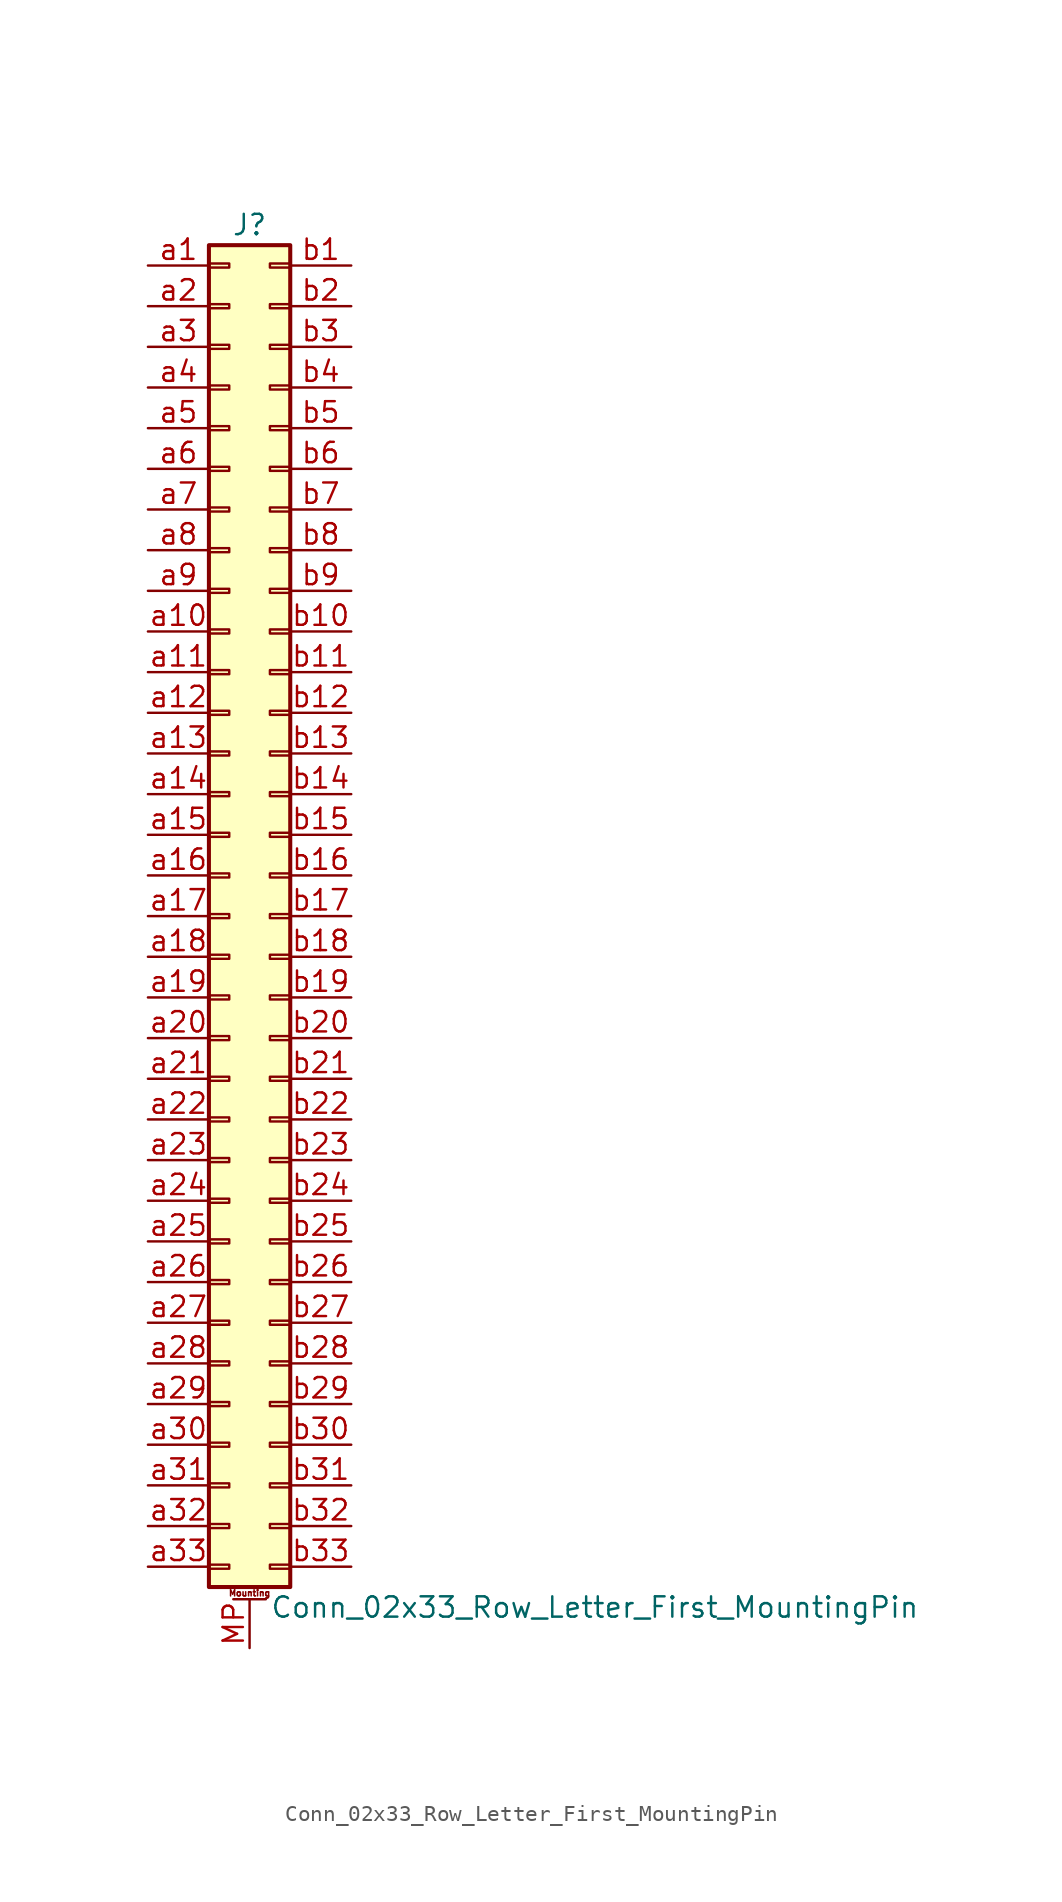
<source format=kicad_sym>
(kicad_symbol_lib
  (version 20220914)
  (generator kicad_symbol_editor)
  (symbol "Conn_02x33_Row_Letter_First_MountingPin"
    (pin_names
      (offset 1.016) hide)
    (property "Reference" "J"
      (at 1.27 43.18 0)
      (effects (font (size 1.27 1.27))))
    (property "Value" "Conn_02x33_Row_Letter_First_MountingPin"
      (at 2.54 -43.18 0)
      (effects (font (size 1.27 1.27)) (justify left)))
    (symbol "Conn_02x33_Row_Letter_First_MountingPin_1_1"
      (rectangle (start -1.27 -40.513) (end 0 -40.767) (stroke (width 0.152) (type default)) (fill (type none)))
      (rectangle (start -1.27 -37.973) (end 0 -38.227) (stroke (width 0.152) (type default)) (fill (type none)))
      (rectangle (start -1.27 -35.433) (end 0 -35.687) (stroke (width 0.152) (type default)) (fill (type none)))
      (rectangle (start -1.27 -32.893) (end 0 -33.147) (stroke (width 0.152) (type default)) (fill (type none)))
      (rectangle (start -1.27 -30.353) (end 0 -30.607) (stroke (width 0.152) (type default)) (fill (type none)))
      (rectangle (start -1.27 -27.813) (end 0 -28.067) (stroke (width 0.152) (type default)) (fill (type none)))
      (rectangle (start -1.27 -25.273) (end 0 -25.527) (stroke (width 0.152) (type default)) (fill (type none)))
      (rectangle (start -1.27 -22.733) (end 0 -22.987) (stroke (width 0.152) (type default)) (fill (type none)))
      (rectangle (start -1.27 -20.193) (end 0 -20.447) (stroke (width 0.152) (type default)) (fill (type none)))
      (rectangle (start -1.27 -17.653) (end 0 -17.907) (stroke (width 0.152) (type default)) (fill (type none)))
      (rectangle (start -1.27 -15.113) (end 0 -15.367) (stroke (width 0.152) (type default)) (fill (type none)))
      (rectangle (start -1.27 -12.573) (end 0 -12.827) (stroke (width 0.152) (type default)) (fill (type none)))
      (rectangle (start -1.27 -10.033) (end 0 -10.287) (stroke (width 0.152) (type default)) (fill (type none)))
      (rectangle (start -1.27 -7.493) (end 0 -7.747) (stroke (width 0.152) (type default)) (fill (type none)))
      (rectangle (start -1.27 -4.953) (end 0 -5.207) (stroke (width 0.152) (type default)) (fill (type none)))
      (rectangle (start -1.27 -2.413) (end 0 -2.667) (stroke (width 0.152) (type default)) (fill (type none)))
      (rectangle (start -1.27 0.127) (end 0 -0.127) (stroke (width 0.152) (type default)) (fill (type none)))
      (rectangle (start -1.27 2.667) (end 0 2.413) (stroke (width 0.152) (type default)) (fill (type none)))
      (rectangle (start -1.27 5.207) (end 0 4.953) (stroke (width 0.152) (type default)) (fill (type none)))
      (rectangle (start -1.27 7.747) (end 0 7.493) (stroke (width 0.152) (type default)) (fill (type none)))
      (rectangle (start -1.27 10.287) (end 0 10.033) (stroke (width 0.152) (type default)) (fill (type none)))
      (rectangle (start -1.27 12.827) (end 0 12.573) (stroke (width 0.152) (type default)) (fill (type none)))
      (rectangle (start -1.27 15.367) (end 0 15.113) (stroke (width 0.152) (type default)) (fill (type none)))
      (rectangle (start -1.27 17.907) (end 0 17.653) (stroke (width 0.152) (type default)) (fill (type none)))
      (rectangle (start -1.27 20.447) (end 0 20.193) (stroke (width 0.152) (type default)) (fill (type none)))
      (rectangle (start -1.27 22.987) (end 0 22.733) (stroke (width 0.152) (type default)) (fill (type none)))
      (rectangle (start -1.27 25.527) (end 0 25.273) (stroke (width 0.152) (type default)) (fill (type none)))
      (rectangle (start -1.27 28.067) (end 0 27.813) (stroke (width 0.152) (type default)) (fill (type none)))
      (rectangle (start -1.27 30.607) (end 0 30.353) (stroke (width 0.152) (type default)) (fill (type none)))
      (rectangle (start -1.27 33.147) (end 0 32.893) (stroke (width 0.152) (type default)) (fill (type none)))
      (rectangle (start -1.27 35.687) (end 0 35.433) (stroke (width 0.152) (type default)) (fill (type none)))
      (rectangle (start -1.27 38.227) (end 0 37.973) (stroke (width 0.152) (type default)) (fill (type none)))
      (rectangle (start -1.27 40.767) (end 0 40.513) (stroke (width 0.152) (type default)) (fill (type none)))
      (rectangle (start -1.27 41.91) (end 3.81 -41.91) (stroke (width 0.254) (type default)) (fill (type background)))
      (polyline (pts (xy 0.254 -42.672) (xy 2.286 -42.672)) (stroke (width 0.152) (type default)) (fill (type none)))
      (rectangle (start 3.81 -40.513) (end 2.54 -40.767) (stroke (width 0.152) (type default)) (fill (type none)))
      (rectangle (start 3.81 -37.973) (end 2.54 -38.227) (stroke (width 0.152) (type default)) (fill (type none)))
      (rectangle (start 3.81 -35.433) (end 2.54 -35.687) (stroke (width 0.152) (type default)) (fill (type none)))
      (rectangle (start 3.81 -32.893) (end 2.54 -33.147) (stroke (width 0.152) (type default)) (fill (type none)))
      (rectangle (start 3.81 -30.353) (end 2.54 -30.607) (stroke (width 0.152) (type default)) (fill (type none)))
      (rectangle (start 3.81 -27.813) (end 2.54 -28.067) (stroke (width 0.152) (type default)) (fill (type none)))
      (rectangle (start 3.81 -25.273) (end 2.54 -25.527) (stroke (width 0.152) (type default)) (fill (type none)))
      (rectangle (start 3.81 -22.733) (end 2.54 -22.987) (stroke (width 0.152) (type default)) (fill (type none)))
      (rectangle (start 3.81 -20.193) (end 2.54 -20.447) (stroke (width 0.152) (type default)) (fill (type none)))
      (rectangle (start 3.81 -17.653) (end 2.54 -17.907) (stroke (width 0.152) (type default)) (fill (type none)))
      (rectangle (start 3.81 -15.113) (end 2.54 -15.367) (stroke (width 0.152) (type default)) (fill (type none)))
      (rectangle (start 3.81 -12.573) (end 2.54 -12.827) (stroke (width 0.152) (type default)) (fill (type none)))
      (rectangle (start 3.81 -10.033) (end 2.54 -10.287) (stroke (width 0.152) (type default)) (fill (type none)))
      (rectangle (start 3.81 -7.493) (end 2.54 -7.747) (stroke (width 0.152) (type default)) (fill (type none)))
      (rectangle (start 3.81 -4.953) (end 2.54 -5.207) (stroke (width 0.152) (type default)) (fill (type none)))
      (rectangle (start 3.81 -2.413) (end 2.54 -2.667) (stroke (width 0.152) (type default)) (fill (type none)))
      (rectangle (start 3.81 0.127) (end 2.54 -0.127) (stroke (width 0.152) (type default)) (fill (type none)))
      (rectangle (start 3.81 2.667) (end 2.54 2.413) (stroke (width 0.152) (type default)) (fill (type none)))
      (rectangle (start 3.81 5.207) (end 2.54 4.953) (stroke (width 0.152) (type default)) (fill (type none)))
      (rectangle (start 3.81 7.747) (end 2.54 7.493) (stroke (width 0.152) (type default)) (fill (type none)))
      (rectangle (start 3.81 10.287) (end 2.54 10.033) (stroke (width 0.152) (type default)) (fill (type none)))
      (rectangle (start 3.81 12.827) (end 2.54 12.573) (stroke (width 0.152) (type default)) (fill (type none)))
      (rectangle (start 3.81 15.367) (end 2.54 15.113) (stroke (width 0.152) (type default)) (fill (type none)))
      (rectangle (start 3.81 17.907) (end 2.54 17.653) (stroke (width 0.152) (type default)) (fill (type none)))
      (rectangle (start 3.81 20.447) (end 2.54 20.193) (stroke (width 0.152) (type default)) (fill (type none)))
      (rectangle (start 3.81 22.987) (end 2.54 22.733) (stroke (width 0.152) (type default)) (fill (type none)))
      (rectangle (start 3.81 25.527) (end 2.54 25.273) (stroke (width 0.152) (type default)) (fill (type none)))
      (rectangle (start 3.81 28.067) (end 2.54 27.813) (stroke (width 0.152) (type default)) (fill (type none)))
      (rectangle (start 3.81 30.607) (end 2.54 30.353) (stroke (width 0.152) (type default)) (fill (type none)))
      (rectangle (start 3.81 33.147) (end 2.54 32.893) (stroke (width 0.152) (type default)) (fill (type none)))
      (rectangle (start 3.81 35.687) (end 2.54 35.433) (stroke (width 0.152) (type default)) (fill (type none)))
      (rectangle (start 3.81 38.227) (end 2.54 37.973) (stroke (width 0.152) (type default)) (fill (type none)))
      (rectangle (start 3.81 40.767) (end 2.54 40.513) (stroke (width 0.152) (type default)) (fill (type none)))
      (text "Mounting" (at 1.27 -42.291 0) (effects (font (size 0.381 0.381))))
      (pin passive line (at 1.27 -45.72 90) (length 3.048) (name "MountPin" (effects (font (size 1.27 1.27)))) (number "MP" (effects (font (size 1.27 1.27)))))
      (pin passive line (at -5.08 40.64 0) (length 3.81) (name "Pin_a1" (effects (font (size 1.27 1.27)))) (number "a1" (effects (font (size 1.27 1.27)))))
      (pin passive line (at -5.08 17.78 0) (length 3.81) (name "Pin_a10" (effects (font (size 1.27 1.27)))) (number "a10" (effects (font (size 1.27 1.27)))))
      (pin passive line (at -5.08 15.24 0) (length 3.81) (name "Pin_a11" (effects (font (size 1.27 1.27)))) (number "a11" (effects (font (size 1.27 1.27)))))
      (pin passive line (at -5.08 12.7 0) (length 3.81) (name "Pin_a12" (effects (font (size 1.27 1.27)))) (number "a12" (effects (font (size 1.27 1.27)))))
      (pin passive line (at -5.08 10.16 0) (length 3.81) (name "Pin_a13" (effects (font (size 1.27 1.27)))) (number "a13" (effects (font (size 1.27 1.27)))))
      (pin passive line (at -5.08 7.62 0) (length 3.81) (name "Pin_a14" (effects (font (size 1.27 1.27)))) (number "a14" (effects (font (size 1.27 1.27)))))
      (pin passive line (at -5.08 5.08 0) (length 3.81) (name "Pin_a15" (effects (font (size 1.27 1.27)))) (number "a15" (effects (font (size 1.27 1.27)))))
      (pin passive line (at -5.08 2.54 0) (length 3.81) (name "Pin_a16" (effects (font (size 1.27 1.27)))) (number "a16" (effects (font (size 1.27 1.27)))))
      (pin passive line (at -5.08 0 0) (length 3.81) (name "Pin_a17" (effects (font (size 1.27 1.27)))) (number "a17" (effects (font (size 1.27 1.27)))))
      (pin passive line (at -5.08 -2.54 0) (length 3.81) (name "Pin_a18" (effects (font (size 1.27 1.27)))) (number "a18" (effects (font (size 1.27 1.27)))))
      (pin passive line (at -5.08 -5.08 0) (length 3.81) (name "Pin_a19" (effects (font (size 1.27 1.27)))) (number "a19" (effects (font (size 1.27 1.27)))))
      (pin passive line (at -5.08 38.1 0) (length 3.81) (name "Pin_a2" (effects (font (size 1.27 1.27)))) (number "a2" (effects (font (size 1.27 1.27)))))
      (pin passive line (at -5.08 -7.62 0) (length 3.81) (name "Pin_a20" (effects (font (size 1.27 1.27)))) (number "a20" (effects (font (size 1.27 1.27)))))
      (pin passive line (at -5.08 -10.16 0) (length 3.81) (name "Pin_a21" (effects (font (size 1.27 1.27)))) (number "a21" (effects (font (size 1.27 1.27)))))
      (pin passive line (at -5.08 -12.7 0) (length 3.81) (name "Pin_a22" (effects (font (size 1.27 1.27)))) (number "a22" (effects (font (size 1.27 1.27)))))
      (pin passive line (at -5.08 -15.24 0) (length 3.81) (name "Pin_a23" (effects (font (size 1.27 1.27)))) (number "a23" (effects (font (size 1.27 1.27)))))
      (pin passive line (at -5.08 -17.78 0) (length 3.81) (name "Pin_a24" (effects (font (size 1.27 1.27)))) (number "a24" (effects (font (size 1.27 1.27)))))
      (pin passive line (at -5.08 -20.32 0) (length 3.81) (name "Pin_a25" (effects (font (size 1.27 1.27)))) (number "a25" (effects (font (size 1.27 1.27)))))
      (pin passive line (at -5.08 -22.86 0) (length 3.81) (name "Pin_a26" (effects (font (size 1.27 1.27)))) (number "a26" (effects (font (size 1.27 1.27)))))
      (pin passive line (at -5.08 -25.4 0) (length 3.81) (name "Pin_a27" (effects (font (size 1.27 1.27)))) (number "a27" (effects (font (size 1.27 1.27)))))
      (pin passive line (at -5.08 -27.94 0) (length 3.81) (name "Pin_a28" (effects (font (size 1.27 1.27)))) (number "a28" (effects (font (size 1.27 1.27)))))
      (pin passive line (at -5.08 -30.48 0) (length 3.81) (name "Pin_a29" (effects (font (size 1.27 1.27)))) (number "a29" (effects (font (size 1.27 1.27)))))
      (pin passive line (at -5.08 35.56 0) (length 3.81) (name "Pin_a3" (effects (font (size 1.27 1.27)))) (number "a3" (effects (font (size 1.27 1.27)))))
      (pin passive line (at -5.08 -33.02 0) (length 3.81) (name "Pin_a30" (effects (font (size 1.27 1.27)))) (number "a30" (effects (font (size 1.27 1.27)))))
      (pin passive line (at -5.08 -35.56 0) (length 3.81) (name "Pin_a31" (effects (font (size 1.27 1.27)))) (number "a31" (effects (font (size 1.27 1.27)))))
      (pin passive line (at -5.08 -38.1 0) (length 3.81) (name "Pin_a32" (effects (font (size 1.27 1.27)))) (number "a32" (effects (font (size 1.27 1.27)))))
      (pin passive line (at -5.08 -40.64 0) (length 3.81) (name "Pin_a33" (effects (font (size 1.27 1.27)))) (number "a33" (effects (font (size 1.27 1.27)))))
      (pin passive line (at -5.08 33.02 0) (length 3.81) (name "Pin_a4" (effects (font (size 1.27 1.27)))) (number "a4" (effects (font (size 1.27 1.27)))))
      (pin passive line (at -5.08 30.48 0) (length 3.81) (name "Pin_a5" (effects (font (size 1.27 1.27)))) (number "a5" (effects (font (size 1.27 1.27)))))
      (pin passive line (at -5.08 27.94 0) (length 3.81) (name "Pin_a6" (effects (font (size 1.27 1.27)))) (number "a6" (effects (font (size 1.27 1.27)))))
      (pin passive line (at -5.08 25.4 0) (length 3.81) (name "Pin_a7" (effects (font (size 1.27 1.27)))) (number "a7" (effects (font (size 1.27 1.27)))))
      (pin passive line (at -5.08 22.86 0) (length 3.81) (name "Pin_a8" (effects (font (size 1.27 1.27)))) (number "a8" (effects (font (size 1.27 1.27)))))
      (pin passive line (at -5.08 20.32 0) (length 3.81) (name "Pin_a9" (effects (font (size 1.27 1.27)))) (number "a9" (effects (font (size 1.27 1.27)))))
      (pin passive line (at 7.62 40.64 180) (length 3.81) (name "Pin_b1" (effects (font (size 1.27 1.27)))) (number "b1" (effects (font (size 1.27 1.27)))))
      (pin passive line (at 7.62 17.78 180) (length 3.81) (name "Pin_b10" (effects (font (size 1.27 1.27)))) (number "b10" (effects (font (size 1.27 1.27)))))
      (pin passive line (at 7.62 15.24 180) (length 3.81) (name "Pin_b11" (effects (font (size 1.27 1.27)))) (number "b11" (effects (font (size 1.27 1.27)))))
      (pin passive line (at 7.62 12.7 180) (length 3.81) (name "Pin_b12" (effects (font (size 1.27 1.27)))) (number "b12" (effects (font (size 1.27 1.27)))))
      (pin passive line (at 7.62 10.16 180) (length 3.81) (name "Pin_b13" (effects (font (size 1.27 1.27)))) (number "b13" (effects (font (size 1.27 1.27)))))
      (pin passive line (at 7.62 7.62 180) (length 3.81) (name "Pin_b14" (effects (font (size 1.27 1.27)))) (number "b14" (effects (font (size 1.27 1.27)))))
      (pin passive line (at 7.62 5.08 180) (length 3.81) (name "Pin_b15" (effects (font (size 1.27 1.27)))) (number "b15" (effects (font (size 1.27 1.27)))))
      (pin passive line (at 7.62 2.54 180) (length 3.81) (name "Pin_b16" (effects (font (size 1.27 1.27)))) (number "b16" (effects (font (size 1.27 1.27)))))
      (pin passive line (at 7.62 0 180) (length 3.81) (name "Pin_b17" (effects (font (size 1.27 1.27)))) (number "b17" (effects (font (size 1.27 1.27)))))
      (pin passive line (at 7.62 -2.54 180) (length 3.81) (name "Pin_b18" (effects (font (size 1.27 1.27)))) (number "b18" (effects (font (size 1.27 1.27)))))
      (pin passive line (at 7.62 -5.08 180) (length 3.81) (name "Pin_b19" (effects (font (size 1.27 1.27)))) (number "b19" (effects (font (size 1.27 1.27)))))
      (pin passive line (at 7.62 38.1 180) (length 3.81) (name "Pin_b2" (effects (font (size 1.27 1.27)))) (number "b2" (effects (font (size 1.27 1.27)))))
      (pin passive line (at 7.62 -7.62 180) (length 3.81) (name "Pin_b20" (effects (font (size 1.27 1.27)))) (number "b20" (effects (font (size 1.27 1.27)))))
      (pin passive line (at 7.62 -10.16 180) (length 3.81) (name "Pin_b21" (effects (font (size 1.27 1.27)))) (number "b21" (effects (font (size 1.27 1.27)))))
      (pin passive line (at 7.62 -12.7 180) (length 3.81) (name "Pin_b22" (effects (font (size 1.27 1.27)))) (number "b22" (effects (font (size 1.27 1.27)))))
      (pin passive line (at 7.62 -15.24 180) (length 3.81) (name "Pin_b23" (effects (font (size 1.27 1.27)))) (number "b23" (effects (font (size 1.27 1.27)))))
      (pin passive line (at 7.62 -17.78 180) (length 3.81) (name "Pin_b24" (effects (font (size 1.27 1.27)))) (number "b24" (effects (font (size 1.27 1.27)))))
      (pin passive line (at 7.62 -20.32 180) (length 3.81) (name "Pin_b25" (effects (font (size 1.27 1.27)))) (number "b25" (effects (font (size 1.27 1.27)))))
      (pin passive line (at 7.62 -22.86 180) (length 3.81) (name "Pin_b26" (effects (font (size 1.27 1.27)))) (number "b26" (effects (font (size 1.27 1.27)))))
      (pin passive line (at 7.62 -25.4 180) (length 3.81) (name "Pin_b27" (effects (font (size 1.27 1.27)))) (number "b27" (effects (font (size 1.27 1.27)))))
      (pin passive line (at 7.62 -27.94 180) (length 3.81) (name "Pin_b28" (effects (font (size 1.27 1.27)))) (number "b28" (effects (font (size 1.27 1.27)))))
      (pin passive line (at 7.62 -30.48 180) (length 3.81) (name "Pin_b29" (effects (font (size 1.27 1.27)))) (number "b29" (effects (font (size 1.27 1.27)))))
      (pin passive line (at 7.62 35.56 180) (length 3.81) (name "Pin_b3" (effects (font (size 1.27 1.27)))) (number "b3" (effects (font (size 1.27 1.27)))))
      (pin passive line (at 7.62 -33.02 180) (length 3.81) (name "Pin_b30" (effects (font (size 1.27 1.27)))) (number "b30" (effects (font (size 1.27 1.27)))))
      (pin passive line (at 7.62 -35.56 180) (length 3.81) (name "Pin_b31" (effects (font (size 1.27 1.27)))) (number "b31" (effects (font (size 1.27 1.27)))))
      (pin passive line (at 7.62 -38.1 180) (length 3.81) (name "Pin_b32" (effects (font (size 1.27 1.27)))) (number "b32" (effects (font (size 1.27 1.27)))))
      (pin passive line (at 7.62 -40.64 180) (length 3.81) (name "Pin_b33" (effects (font (size 1.27 1.27)))) (number "b33" (effects (font (size 1.27 1.27)))))
      (pin passive line (at 7.62 33.02 180) (length 3.81) (name "Pin_b4" (effects (font (size 1.27 1.27)))) (number "b4" (effects (font (size 1.27 1.27)))))
      (pin passive line (at 7.62 30.48 180) (length 3.81) (name "Pin_b5" (effects (font (size 1.27 1.27)))) (number "b5" (effects (font (size 1.27 1.27)))))
      (pin passive line (at 7.62 27.94 180) (length 3.81) (name "Pin_b6" (effects (font (size 1.27 1.27)))) (number "b6" (effects (font (size 1.27 1.27)))))
      (pin passive line (at 7.62 25.4 180) (length 3.81) (name "Pin_b7" (effects (font (size 1.27 1.27)))) (number "b7" (effects (font (size 1.27 1.27)))))
      (pin passive line (at 7.62 22.86 180) (length 3.81) (name "Pin_b8" (effects (font (size 1.27 1.27)))) (number "b8" (effects (font (size 1.27 1.27)))))
      (pin passive line (at 7.62 20.32 180) (length 3.81) (name "Pin_b9" (effects (font (size 1.27 1.27)))) (number "b9" (effects (font (size 1.27 1.27))))))))
</source>
